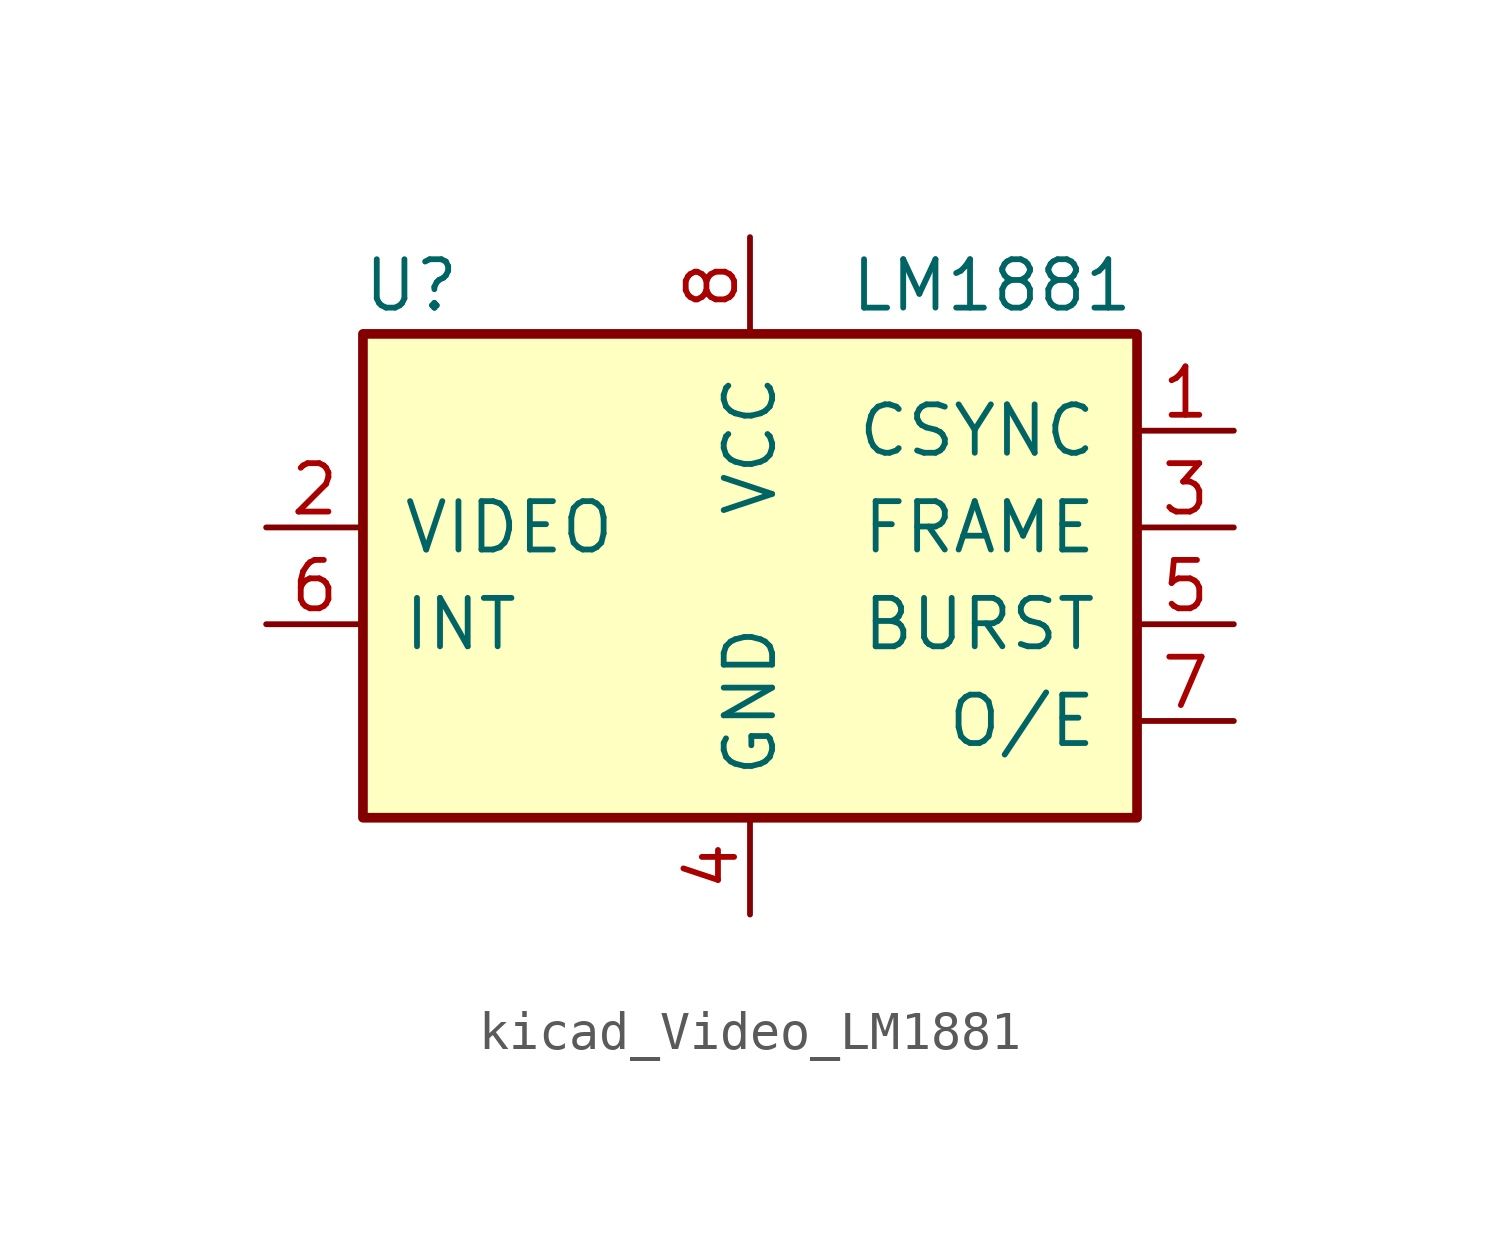
<source format=kicad_sym>
(kicad_symbol_lib
  (version 20220914)
  (generator kicad_symbol_editor)
  (symbol "kicad_Video_LM1881"
    (pin_names
      (offset 1.016))
    (property "Reference" "U"
      (at -8.89 8.89 0)
      (effects (font (size 1.27 1.27))))
    (property "Value" "LM1881"
      (at 6.35 8.89 0)
      (effects (font (size 1.27 1.27))))
    (symbol "kicad_Video_LM1881_0_1"
      (rectangle (start -10.16 7.62) (end 10.16 -5.08) (stroke (width 0.254) (type default)) (fill (type background))))
    (symbol "kicad_Video_LM1881_1_1"
      (pin output line (at 12.7 5.08 180) (length 2.54) (name "CSYNC" (effects (font (size 1.27 1.27)))) (number "1" (effects (font (size 1.27 1.27)))))
      (pin input line (at -12.7 2.54 0) (length 2.54) (name "VIDEO" (effects (font (size 1.27 1.27)))) (number "2" (effects (font (size 1.27 1.27)))))
      (pin output line (at 12.7 2.54 180) (length 2.54) (name "FRAME" (effects (font (size 1.27 1.27)))) (number "3" (effects (font (size 1.27 1.27)))))
      (pin power_in line (at 0 -7.62 90) (length 2.54) (name "GND" (effects (font (size 1.27 1.27)))) (number "4" (effects (font (size 1.27 1.27)))))
      (pin output line (at 12.7 0 180) (length 2.54) (name "BURST" (effects (font (size 1.27 1.27)))) (number "5" (effects (font (size 1.27 1.27)))))
      (pin input line (at -12.7 0 0) (length 2.54) (name "INT" (effects (font (size 1.27 1.27)))) (number "6" (effects (font (size 1.27 1.27)))))
      (pin output line (at 12.7 -2.54 180) (length 2.54) (name "O/E" (effects (font (size 1.27 1.27)))) (number "7" (effects (font (size 1.27 1.27)))))
      (pin power_in line (at 0 10.16 270) (length 2.54) (name "VCC" (effects (font (size 1.27 1.27)))) (number "8" (effects (font (size 1.27 1.27))))))))
</source>
